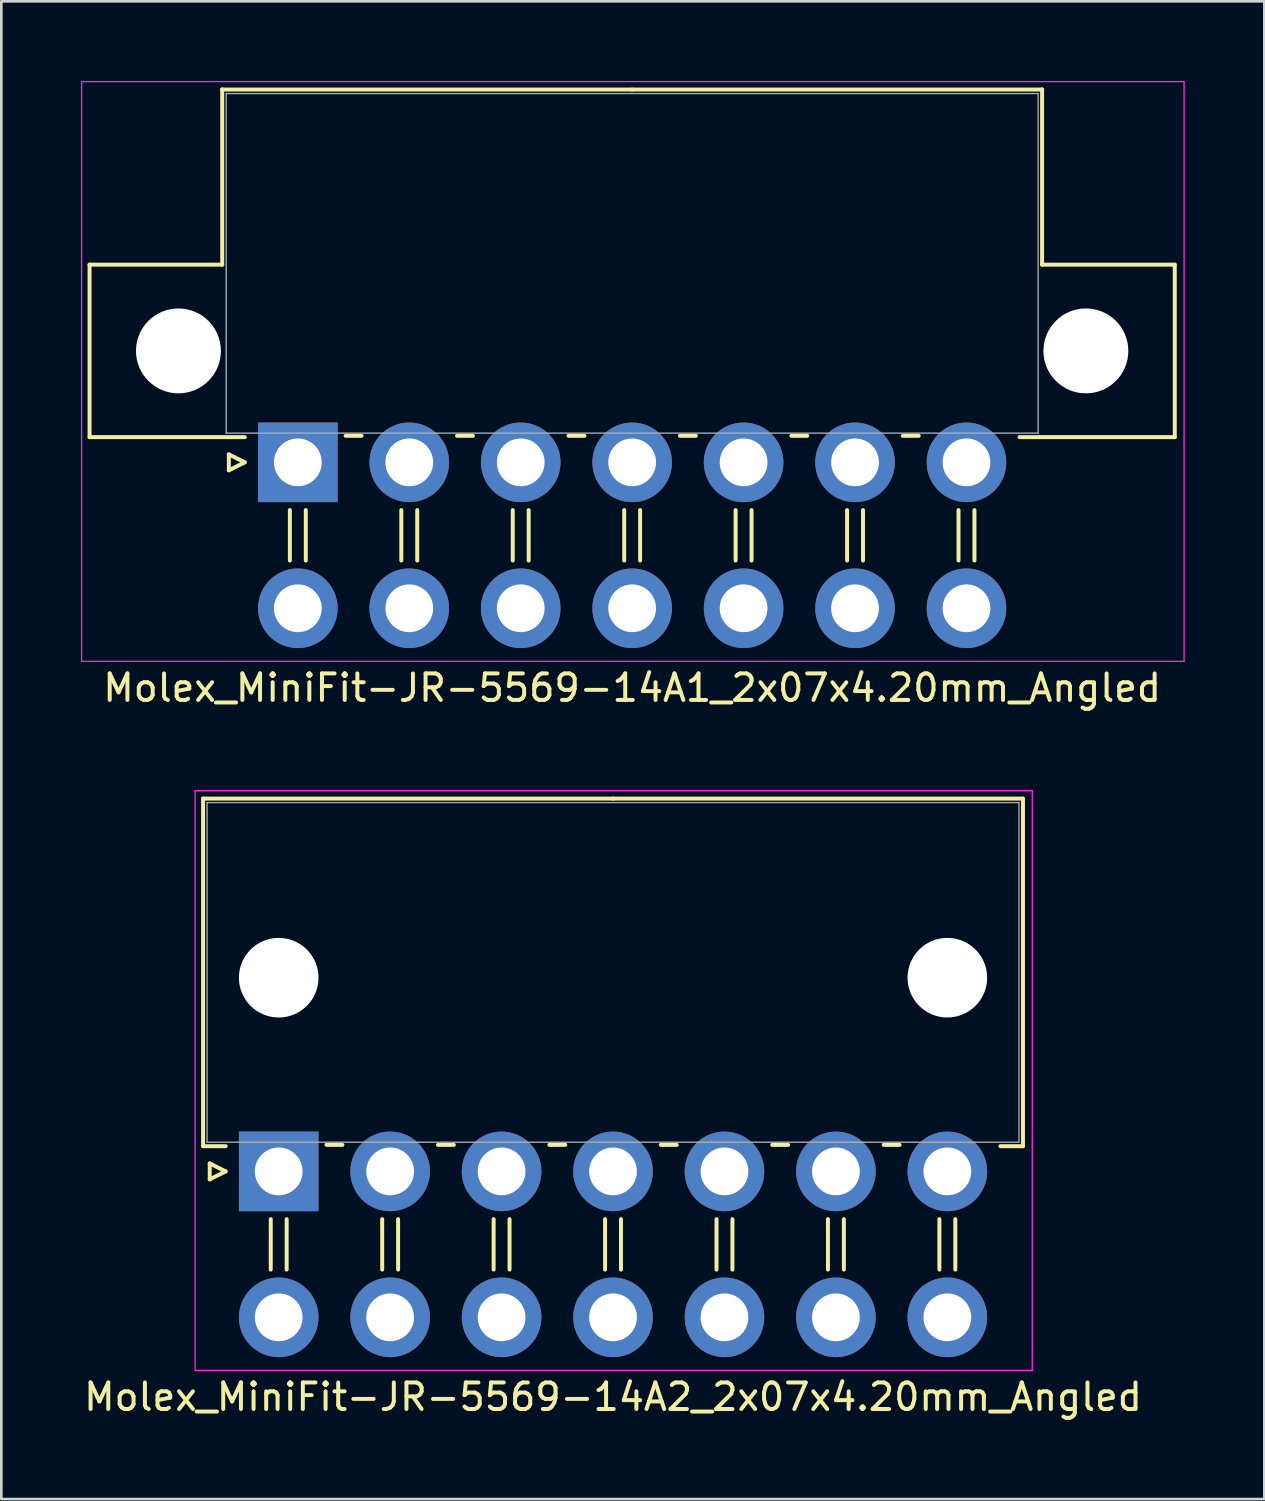
<source format=kicad_pcb>
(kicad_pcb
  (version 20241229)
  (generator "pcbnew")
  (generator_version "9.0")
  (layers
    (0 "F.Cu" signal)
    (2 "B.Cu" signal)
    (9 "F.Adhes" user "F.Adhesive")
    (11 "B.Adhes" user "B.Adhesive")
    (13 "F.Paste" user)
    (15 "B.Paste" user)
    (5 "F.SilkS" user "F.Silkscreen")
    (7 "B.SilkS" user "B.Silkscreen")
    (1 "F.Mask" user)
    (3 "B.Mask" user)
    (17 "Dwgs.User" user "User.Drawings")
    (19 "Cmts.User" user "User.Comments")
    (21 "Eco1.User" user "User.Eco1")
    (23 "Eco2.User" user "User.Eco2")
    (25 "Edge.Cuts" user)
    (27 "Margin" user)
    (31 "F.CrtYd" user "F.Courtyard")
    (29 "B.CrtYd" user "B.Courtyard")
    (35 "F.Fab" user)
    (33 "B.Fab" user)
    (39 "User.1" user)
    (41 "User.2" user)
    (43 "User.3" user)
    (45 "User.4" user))
  (footprint "Molex_MiniFit-JR-5569-14A2_2x07x4.20mm_Angled"
    (layer "F.Cu")
    (at 7.454 41.098)
    (property "Reference" "Molex_MiniFit-JR-5569-14A2_2x07x4.20mm_Angled" (at 12.6 8.5 0) (layer "F.SilkS") (effects (font (size 1 1) (thickness 0.15))))
    (attr through_hole)
    (fp_line (start -2.85 -14.05) (end 12.6 -14.05) (stroke (width 0.15) (type solid)) (layer "F.SilkS"))
    (fp_line (start -2.85 -0.95) (end -2.85 -14.05) (stroke (width 0.15) (type solid)) (layer "F.SilkS"))
    (fp_line (start -2.6 -0.3) (end -2 0) (stroke (width 0.15) (type solid)) (layer "F.SilkS"))
    (fp_line (start -2.6 0.3) (end -2.6 -0.3) (stroke (width 0.15) (type solid)) (layer "F.SilkS"))
    (fp_line (start -2 -0.95) (end -2.85 -0.95) (stroke (width 0.15) (type solid)) (layer "F.SilkS"))
    (fp_line (start -2 0) (end -2.6 0.3) (stroke (width 0.15) (type solid)) (layer "F.SilkS"))
    (fp_line (start -0.3 1.8) (end -0.3 3.7) (stroke (width 0.15) (type solid)) (layer "F.SilkS"))
    (fp_line (start 0.3 1.8) (end 0.3 3.7) (stroke (width 0.15) (type solid)) (layer "F.SilkS"))
    (fp_line (start 1.8 -1) (end 2.4 -1) (stroke (width 0.15) (type solid)) (layer "F.SilkS"))
    (fp_line (start 3.9 1.8) (end 3.9 3.7) (stroke (width 0.15) (type solid)) (layer "F.SilkS"))
    (fp_line (start 4.5 1.8) (end 4.5 3.7) (stroke (width 0.15) (type solid)) (layer "F.SilkS"))
    (fp_line (start 6 -1) (end 6.6 -1) (stroke (width 0.15) (type solid)) (layer "F.SilkS"))
    (fp_line (start 8.1 1.8) (end 8.1 3.7) (stroke (width 0.15) (type solid)) (layer "F.SilkS"))
    (fp_line (start 8.7 1.8) (end 8.7 3.7) (stroke (width 0.15) (type solid)) (layer "F.SilkS"))
    (fp_line (start 10.2 -1) (end 10.8 -1) (stroke (width 0.15) (type solid)) (layer "F.SilkS"))
    (fp_line (start 12.3 1.8) (end 12.3 3.7) (stroke (width 0.15) (type solid)) (layer "F.SilkS"))
    (fp_line (start 12.9 1.8) (end 12.9 3.7) (stroke (width 0.15) (type solid)) (layer "F.SilkS"))
    (fp_line (start 14.4 -1) (end 15 -1) (stroke (width 0.15) (type solid)) (layer "F.SilkS"))
    (fp_line (start 16.5 1.8) (end 16.5 3.7) (stroke (width 0.15) (type solid)) (layer "F.SilkS"))
    (fp_line (start 17.1 1.8) (end 17.1 3.7) (stroke (width 0.15) (type solid)) (layer "F.SilkS"))
    (fp_line (start 18.6 -1) (end 19.2 -1) (stroke (width 0.15) (type solid)) (layer "F.SilkS"))
    (fp_line (start 20.7 1.8) (end 20.7 3.7) (stroke (width 0.15) (type solid)) (layer "F.SilkS"))
    (fp_line (start 21.3 1.8) (end 21.3 3.7) (stroke (width 0.15) (type solid)) (layer "F.SilkS"))
    (fp_line (start 22.8 -1) (end 23.4 -1) (stroke (width 0.15) (type solid)) (layer "F.SilkS"))
    (fp_line (start 24.9 1.8) (end 24.9 3.7) (stroke (width 0.15) (type solid)) (layer "F.SilkS"))
    (fp_line (start 25.5 1.8) (end 25.5 3.7) (stroke (width 0.15) (type solid)) (layer "F.SilkS"))
    (fp_line (start 27.2 -0.95) (end 28.05 -0.95) (stroke (width 0.15) (type solid)) (layer "F.SilkS"))
    (fp_line (start 28.05 -14.05) (end 12.6 -14.05) (stroke (width 0.15) (type solid)) (layer "F.SilkS"))
    (fp_line (start 28.05 -0.95) (end 28.05 -14.05) (stroke (width 0.15) (type solid)) (layer "F.SilkS"))
    (fp_line (start -3.15 -14.35) (end -3.15 7.5) (stroke (width 0.05) (type solid)) (layer "F.CrtYd"))
    (fp_line (start -3.15 7.5) (end 28.4 7.5) (stroke (width 0.05) (type solid)) (layer "F.CrtYd"))
    (fp_line (start 28.4 -14.35) (end -3.15 -14.35) (stroke (width 0.05) (type solid)) (layer "F.CrtYd"))
    (fp_line (start 28.4 7.5) (end 28.4 -14.35) (stroke (width 0.05) (type solid)) (layer "F.CrtYd"))
    (fp_line (start -2.7 -13.9) (end -2.7 -1.1) (stroke (width 0.05) (type solid)) (layer "F.Fab"))
    (fp_line (start -2.7 -1.1) (end 27.9 -1.1) (stroke (width 0.05) (type solid)) (layer "F.Fab"))
    (fp_line (start 27.9 -13.9) (end -2.7 -13.9) (stroke (width 0.05) (type solid)) (layer "F.Fab"))
    (fp_line (start 27.9 -1.1) (end 27.9 -13.9) (stroke (width 0.05) (type solid)) (layer "F.Fab"))
    (pad "" np_thru_hole circle (at 0 -7.3) (size 3 3) (drill 3) (layers "*.Cu"))
    (pad "" np_thru_hole circle (at 25.2 -7.3) (size 3 3) (drill 3) (layers "*.Cu"))
    (pad "1" thru_hole rect (at 0 0) (size 3 3) (drill 1.8) (layers "*.Cu" "*.Mask"))
    (pad "2" thru_hole circle (at 4.2 0) (size 3 3) (drill 1.8) (layers "*.Cu" "*.Mask"))
    (pad "3" thru_hole circle (at 8.4 0) (size 3 3) (drill 1.8) (layers "*.Cu" "*.Mask"))
    (pad "4" thru_hole circle (at 12.6 0) (size 3 3) (drill 1.8) (layers "*.Cu" "*.Mask"))
    (pad "5" thru_hole circle (at 16.8 0) (size 3 3) (drill 1.8) (layers "*.Cu" "*.Mask"))
    (pad "6" thru_hole circle (at 21 0) (size 3 3) (drill 1.8) (layers "*.Cu" "*.Mask"))
    (pad "7" thru_hole circle (at 25.2 0) (size 3 3) (drill 1.8) (layers "*.Cu" "*.Mask"))
    (pad "8" thru_hole circle (at 0 5.5) (size 3 3) (drill 1.8) (layers "*.Cu" "*.Mask"))
    (pad "9" thru_hole circle (at 4.2 5.5) (size 3 3) (drill 1.8) (layers "*.Cu" "*.Mask"))
    (pad "10" thru_hole circle (at 8.4 5.5) (size 3 3) (drill 1.8) (layers "*.Cu" "*.Mask"))
    (pad "11" thru_hole circle (at 12.6 5.5) (size 3 3) (drill 1.8) (layers "*.Cu" "*.Mask"))
    (pad "12" thru_hole circle (at 16.8 5.5) (size 3 3) (drill 1.8) (layers "*.Cu" "*.Mask"))
    (pad "13" thru_hole circle (at 21 5.5) (size 3 3) (drill 1.8) (layers "*.Cu" "*.Mask"))
    (pad "14" thru_hole circle (at 25.2 5.5) (size 3 3) (drill 1.8) (layers "*.Cu" "*.Mask")))
  (footprint "Molex_MiniFit-JR-5569-14A1_2x07x4.20mm_Angled"
    (layer "F.Cu")
    (at 8.175 14.375)
    (property "Reference" "Molex_MiniFit-JR-5569-14A1_2x07x4.20mm_Angled" (at 12.6 8.5 0) (layer "F.SilkS") (effects (font (size 1 1) (thickness 0.15))))
    (attr through_hole)
    (fp_line (start -7.85 -7.45) (end -7.85 -0.95) (stroke (width 0.15) (type solid)) (layer "F.SilkS"))
    (fp_line (start -7.85 -0.95) (end -2 -0.95) (stroke (width 0.15) (type solid)) (layer "F.SilkS"))
    (fp_line (start -2.85 -14.05) (end -2.85 -14.05) (stroke (width 0.15) (type solid)) (layer "F.SilkS"))
    (fp_line (start -2.85 -14.05) (end -2.85 -7.45) (stroke (width 0.15) (type solid)) (layer "F.SilkS"))
    (fp_line (start -2.85 -7.45) (end -7.85 -7.45) (stroke (width 0.15) (type solid)) (layer "F.SilkS"))
    (fp_line (start -2.6 -0.3) (end -2 0) (stroke (width 0.15) (type solid)) (layer "F.SilkS"))
    (fp_line (start -2.6 0.3) (end -2.6 -0.3) (stroke (width 0.15) (type solid)) (layer "F.SilkS"))
    (fp_line (start -2 0) (end -2.6 0.3) (stroke (width 0.15) (type solid)) (layer "F.SilkS"))
    (fp_line (start -0.3 1.8) (end -0.3 3.7) (stroke (width 0.15) (type solid)) (layer "F.SilkS"))
    (fp_line (start 0.3 1.8) (end 0.3 3.7) (stroke (width 0.15) (type solid)) (layer "F.SilkS"))
    (fp_line (start 1.8 -1) (end 2.4 -1) (stroke (width 0.15) (type solid)) (layer "F.SilkS"))
    (fp_line (start 3.9 1.8) (end 3.9 3.7) (stroke (width 0.15) (type solid)) (layer "F.SilkS"))
    (fp_line (start 4.5 1.8) (end 4.5 3.7) (stroke (width 0.15) (type solid)) (layer "F.SilkS"))
    (fp_line (start 6 -1) (end 6.6 -1) (stroke (width 0.15) (type solid)) (layer "F.SilkS"))
    (fp_line (start 8.1 1.8) (end 8.1 3.7) (stroke (width 0.15) (type solid)) (layer "F.SilkS"))
    (fp_line (start 8.7 1.8) (end 8.7 3.7) (stroke (width 0.15) (type solid)) (layer "F.SilkS"))
    (fp_line (start 10.2 -1) (end 10.8 -1) (stroke (width 0.15) (type solid)) (layer "F.SilkS"))
    (fp_line (start 12.3 1.8) (end 12.3 3.7) (stroke (width 0.15) (type solid)) (layer "F.SilkS"))
    (fp_line (start 12.6 -14.05) (end -2.85 -14.05) (stroke (width 0.15) (type solid)) (layer "F.SilkS"))
    (fp_line (start 12.6 -14.05) (end 28.05 -14.05) (stroke (width 0.15) (type solid)) (layer "F.SilkS"))
    (fp_line (start 12.9 1.8) (end 12.9 3.7) (stroke (width 0.15) (type solid)) (layer "F.SilkS"))
    (fp_line (start 14.4 -1) (end 15 -1) (stroke (width 0.15) (type solid)) (layer "F.SilkS"))
    (fp_line (start 16.5 1.8) (end 16.5 3.7) (stroke (width 0.15) (type solid)) (layer "F.SilkS"))
    (fp_line (start 17.1 1.8) (end 17.1 3.7) (stroke (width 0.15) (type solid)) (layer "F.SilkS"))
    (fp_line (start 18.6 -1) (end 19.2 -1) (stroke (width 0.15) (type solid)) (layer "F.SilkS"))
    (fp_line (start 20.7 1.8) (end 20.7 3.7) (stroke (width 0.15) (type solid)) (layer "F.SilkS"))
    (fp_line (start 21.3 1.8) (end 21.3 3.7) (stroke (width 0.15) (type solid)) (layer "F.SilkS"))
    (fp_line (start 22.8 -1) (end 23.4 -1) (stroke (width 0.15) (type solid)) (layer "F.SilkS"))
    (fp_line (start 24.9 1.8) (end 24.9 3.7) (stroke (width 0.15) (type solid)) (layer "F.SilkS"))
    (fp_line (start 25.5 1.8) (end 25.5 3.7) (stroke (width 0.15) (type solid)) (layer "F.SilkS"))
    (fp_line (start 28.05 -14.05) (end 28.05 -14.05) (stroke (width 0.15) (type solid)) (layer "F.SilkS"))
    (fp_line (start 28.05 -14.05) (end 28.05 -7.45) (stroke (width 0.15) (type solid)) (layer "F.SilkS"))
    (fp_line (start 28.05 -7.45) (end 33.05 -7.45) (stroke (width 0.15) (type solid)) (layer "F.SilkS"))
    (fp_line (start 33.05 -7.45) (end 33.05 -0.95) (stroke (width 0.15) (type solid)) (layer "F.SilkS"))
    (fp_line (start 33.05 -0.95) (end 27.2 -0.95) (stroke (width 0.15) (type solid)) (layer "F.SilkS"))
    (fp_line (start -8.15 -14.35) (end -8.15 7.5) (stroke (width 0.05) (type solid)) (layer "F.CrtYd"))
    (fp_line (start -8.15 7.5) (end 33.4 7.5) (stroke (width 0.05) (type solid)) (layer "F.CrtYd"))
    (fp_line (start 33.4 -14.35) (end -8.15 -14.35) (stroke (width 0.05) (type solid)) (layer "F.CrtYd"))
    (fp_line (start 33.4 7.5) (end 33.4 -14.35) (stroke (width 0.05) (type solid)) (layer "F.CrtYd"))
    (fp_line (start -2.7 -13.9) (end -2.7 -1.1) (stroke (width 0.05) (type solid)) (layer "F.Fab"))
    (fp_line (start -2.7 -1.1) (end 27.9 -1.1) (stroke (width 0.05) (type solid)) (layer "F.Fab"))
    (fp_line (start 27.9 -13.9) (end -2.7 -13.9) (stroke (width 0.05) (type solid)) (layer "F.Fab"))
    (fp_line (start 27.9 -1.1) (end 27.9 -13.9) (stroke (width 0.05) (type solid)) (layer "F.Fab"))
    (pad "" np_thru_hole circle (at -4.5 -4.2) (size 3.2 3.2) (drill 3.2) (layers "*.Cu"))
    (pad "" np_thru_hole circle (at 29.7 -4.2) (size 3.2 3.2) (drill 3.2) (layers "*.Cu"))
    (pad "1" thru_hole rect (at 0 0) (size 3 3) (drill 1.8) (layers "*.Cu" "*.Mask"))
    (pad "2" thru_hole circle (at 4.2 0) (size 3 3) (drill 1.8) (layers "*.Cu" "*.Mask"))
    (pad "3" thru_hole circle (at 8.4 0) (size 3 3) (drill 1.8) (layers "*.Cu" "*.Mask"))
    (pad "4" thru_hole circle (at 12.6 0) (size 3 3) (drill 1.8) (layers "*.Cu" "*.Mask"))
    (pad "5" thru_hole circle (at 16.8 0) (size 3 3) (drill 1.8) (layers "*.Cu" "*.Mask"))
    (pad "6" thru_hole circle (at 21 0) (size 3 3) (drill 1.8) (layers "*.Cu" "*.Mask"))
    (pad "7" thru_hole circle (at 25.2 0) (size 3 3) (drill 1.8) (layers "*.Cu" "*.Mask"))
    (pad "8" thru_hole circle (at 0 5.5) (size 3 3) (drill 1.8) (layers "*.Cu" "*.Mask"))
    (pad "9" thru_hole circle (at 4.2 5.5) (size 3 3) (drill 1.8) (layers "*.Cu" "*.Mask"))
    (pad "10" thru_hole circle (at 8.4 5.5) (size 3 3) (drill 1.8) (layers "*.Cu" "*.Mask"))
    (pad "11" thru_hole circle (at 12.6 5.5) (size 3 3) (drill 1.8) (layers "*.Cu" "*.Mask"))
    (pad "12" thru_hole circle (at 16.8 5.5) (size 3 3) (drill 1.8) (layers "*.Cu" "*.Mask"))
    (pad "13" thru_hole circle (at 21 5.5) (size 3 3) (drill 1.8) (layers "*.Cu" "*.Mask"))
    (pad "14" thru_hole circle (at 25.2 5.5) (size 3 3) (drill 1.8) (layers "*.Cu" "*.Mask")))
  (gr_rect
    (start -3 -3)
    (end 44.6 53.447)
    (stroke (width 0.1) (type default))
    (fill no)
    (layer "Edge.Cuts")))
</source>
